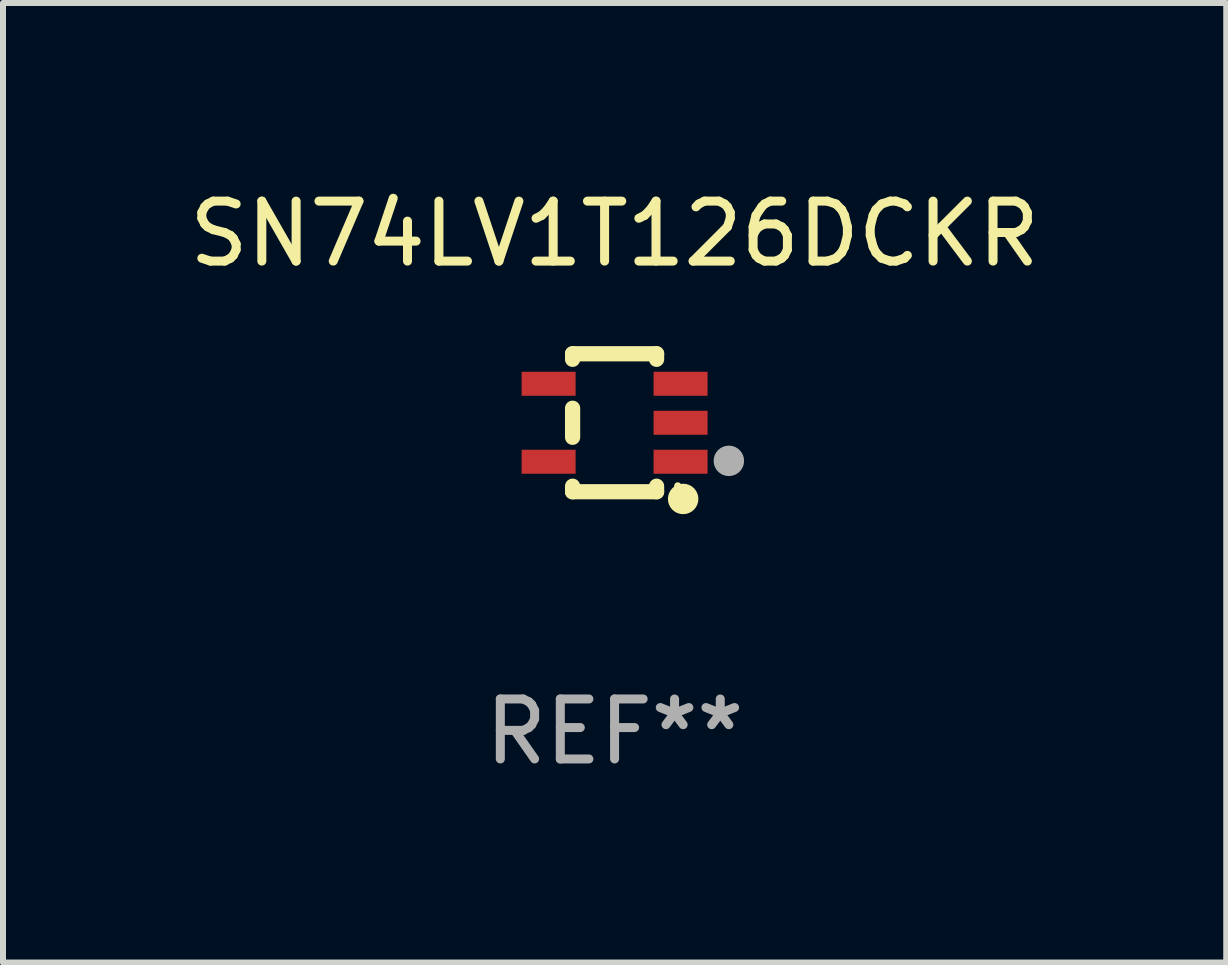
<source format=kicad_pcb>
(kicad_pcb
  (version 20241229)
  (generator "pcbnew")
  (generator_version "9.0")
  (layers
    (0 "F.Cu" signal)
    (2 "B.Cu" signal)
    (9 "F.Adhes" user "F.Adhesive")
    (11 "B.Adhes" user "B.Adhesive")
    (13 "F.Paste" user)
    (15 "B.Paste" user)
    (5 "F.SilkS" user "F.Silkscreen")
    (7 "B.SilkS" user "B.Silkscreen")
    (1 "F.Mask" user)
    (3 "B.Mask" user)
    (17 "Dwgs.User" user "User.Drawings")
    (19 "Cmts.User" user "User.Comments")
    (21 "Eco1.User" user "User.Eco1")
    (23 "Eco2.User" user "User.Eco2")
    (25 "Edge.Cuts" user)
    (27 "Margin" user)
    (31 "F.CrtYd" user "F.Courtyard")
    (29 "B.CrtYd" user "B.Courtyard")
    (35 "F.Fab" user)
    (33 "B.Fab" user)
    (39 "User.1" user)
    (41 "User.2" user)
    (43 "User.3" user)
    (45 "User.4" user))
  (footprint "SN74LV1T126DCKR"
    (layer "F.Cu")
    (at 7.196 3.998)
    (property "Reference" "SN74LV1T126DCKR" (at 0 -3.15 0) (layer "F.SilkS") (effects (font (size 1 1) (thickness 0.15))))
    (attr through_hole)
    (fp_line (start -0.7 -1.15) (end 0.7 -1.15) (stroke (width 0.254) (type solid)) (layer "F.SilkS"))
    (fp_line (start -0.7 -1.058) (end -0.7 -1.15) (stroke (width 0.254) (type solid)) (layer "F.SilkS"))
    (fp_line (start -0.7 0.242) (end -0.7 -0.242) (stroke (width 0.254) (type solid)) (layer "F.SilkS"))
    (fp_line (start -0.7 1.15) (end -0.7 1.058) (stroke (width 0.254) (type solid)) (layer "F.SilkS"))
    (fp_line (start -0.7 1.15) (end 0.7 1.15) (stroke (width 0.254) (type solid)) (layer "F.SilkS"))
    (fp_line (start 0.7 -1.058) (end 0.7 -1.15) (stroke (width 0.254) (type solid)) (layer "F.SilkS"))
    (fp_line (start 0.7 1.15) (end 0.7 1.058) (stroke (width 0.254) (type solid)) (layer "F.SilkS"))
    (fp_circle (center 1.053 1.052) (end 1.083 1.052) (stroke (width 0.06) (type solid)) (fill no) (layer "F.SilkS"))
    (fp_circle (center 1.143 1.27) (end 1.27 1.27) (stroke (width 0.254) (type solid)) (fill no) (layer "F.SilkS"))
    (fp_circle (center 1.905 0.635) (end 2.032 0.635) (stroke (width 0.254) (type solid)) (fill no) (layer "F.Fab"))
    (fp_text user "REF**" (at 0 5.15 0) (layer "F.Fab") (effects (font (size 1 1) (thickness 0.15))))
    (pad "1" smd rect (at 1.1 0.65 90) (size 0.4 0.9) (layers "F.Cu" "F.Mask" "F.Paste"))
    (pad "2" smd rect (at 1.1 0.000076 90) (size 0.4 0.9) (layers "F.Cu" "F.Mask" "F.Paste"))
    (pad "3" smd rect (at 1.1 -0.65 90) (size 0.4 0.9) (layers "F.Cu" "F.Mask" "F.Paste"))
    (pad "4" smd rect (at -1.1 -0.65 90) (size 0.4 0.9) (layers "F.Cu" "F.Mask" "F.Paste"))
    (pad "5" smd rect (at -1.1 0.65 90) (size 0.4 0.9) (layers "F.Cu" "F.Mask" "F.Paste")))
  (gr_rect
    (start -3 -3)
    (end 17.393 12.997)
    (stroke (width 0.1) (type default))
    (fill no)
    (layer "Edge.Cuts")))
</source>
